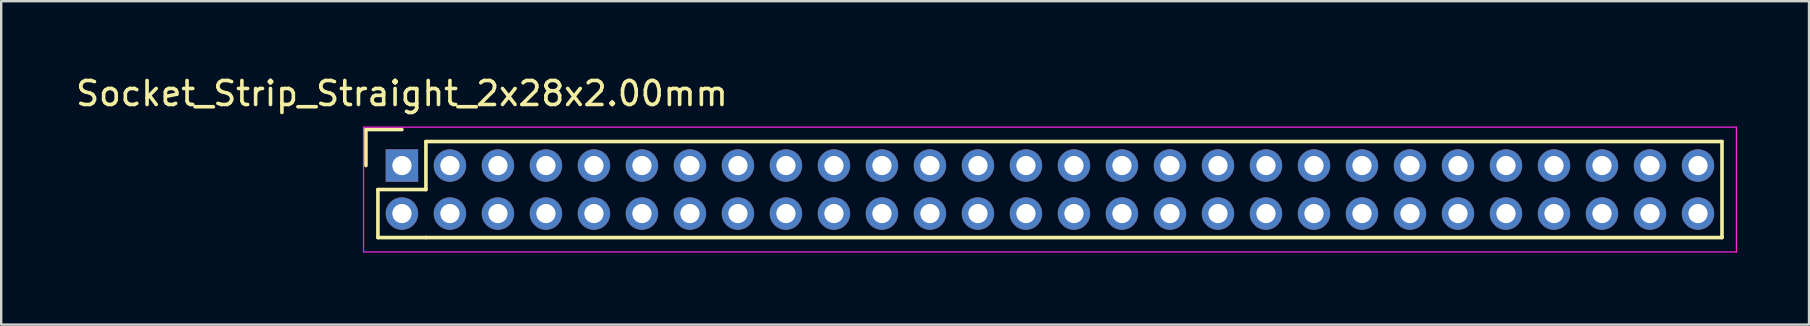
<source format=kicad_pcb>
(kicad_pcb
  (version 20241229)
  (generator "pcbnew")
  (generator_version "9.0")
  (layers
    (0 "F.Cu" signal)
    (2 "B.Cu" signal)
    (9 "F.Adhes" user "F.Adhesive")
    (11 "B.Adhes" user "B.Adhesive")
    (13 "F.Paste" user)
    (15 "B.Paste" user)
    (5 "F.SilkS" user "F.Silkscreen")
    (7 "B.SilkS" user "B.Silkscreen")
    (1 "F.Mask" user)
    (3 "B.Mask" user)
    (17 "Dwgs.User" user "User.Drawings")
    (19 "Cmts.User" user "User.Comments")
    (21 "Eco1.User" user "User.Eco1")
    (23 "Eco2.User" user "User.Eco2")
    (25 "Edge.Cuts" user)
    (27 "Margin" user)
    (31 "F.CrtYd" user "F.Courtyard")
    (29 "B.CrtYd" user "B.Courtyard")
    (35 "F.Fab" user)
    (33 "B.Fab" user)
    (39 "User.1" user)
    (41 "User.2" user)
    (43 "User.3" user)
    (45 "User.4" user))
  (footprint "Socket_Strip_Straight_2x28x2.00mm"
    (layer "F.Cu")
    (at 13.696 3.848)
    (property "Reference" "Socket_Strip_Straight_2x28x2.00mm" (at 0 -3 0) (layer "F.SilkS") (effects (font (size 1 1) (thickness 0.15))))
    (attr through_hole)
    (fp_line (start -1.5 -1.5) (end -1.5 0) (stroke (width 0.15) (type solid)) (layer "F.SilkS"))
    (fp_line (start -1 1) (end -1 3) (stroke (width 0.15) (type solid)) (layer "F.SilkS"))
    (fp_line (start -1 3) (end 1 3) (stroke (width 0.15) (type solid)) (layer "F.SilkS"))
    (fp_line (start 0 -1.5) (end -1.5 -1.5) (stroke (width 0.15) (type solid)) (layer "F.SilkS"))
    (fp_line (start 1 -1) (end 1 1) (stroke (width 0.15) (type solid)) (layer "F.SilkS"))
    (fp_line (start 1 1) (end -1 1) (stroke (width 0.15) (type solid)) (layer "F.SilkS"))
    (fp_line (start 1 3) (end 55 3) (stroke (width 0.15) (type solid)) (layer "F.SilkS"))
    (fp_line (start 55 -1) (end 1 -1) (stroke (width 0.15) (type solid)) (layer "F.SilkS"))
    (fp_line (start 55 3) (end 55 -1) (stroke (width 0.15) (type solid)) (layer "F.SilkS"))
    (fp_line (start -1.6 -1.6) (end -1.6 3.6) (stroke (width 0.05) (type solid)) (layer "F.CrtYd"))
    (fp_line (start -1.6 3.6) (end 55.6 3.6) (stroke (width 0.05) (type solid)) (layer "F.CrtYd"))
    (fp_line (start 55.6 -1.6) (end -1.6 -1.6) (stroke (width 0.05) (type solid)) (layer "F.CrtYd"))
    (fp_line (start 55.6 3.6) (end 55.6 -1.6) (stroke (width 0.05) (type solid)) (layer "F.CrtYd"))
    (pad "1" thru_hole rect (at 0 0) (size 1.35 1.35) (drill 0.8) (layers "*.Cu" "*.Mask"))
    (pad "2" thru_hole circle (at 0 2) (size 1.35 1.35) (drill 0.8) (layers "*.Cu" "*.Mask"))
    (pad "3" thru_hole circle (at 2 0) (size 1.35 1.35) (drill 0.8) (layers "*.Cu" "*.Mask"))
    (pad "4" thru_hole circle (at 2 2) (size 1.35 1.35) (drill 0.8) (layers "*.Cu" "*.Mask"))
    (pad "5" thru_hole circle (at 4 0) (size 1.35 1.35) (drill 0.8) (layers "*.Cu" "*.Mask"))
    (pad "6" thru_hole circle (at 4 2) (size 1.35 1.35) (drill 0.8) (layers "*.Cu" "*.Mask"))
    (pad "7" thru_hole circle (at 6 0) (size 1.35 1.35) (drill 0.8) (layers "*.Cu" "*.Mask"))
    (pad "8" thru_hole circle (at 6 2) (size 1.35 1.35) (drill 0.8) (layers "*.Cu" "*.Mask"))
    (pad "9" thru_hole circle (at 8 0) (size 1.35 1.35) (drill 0.8) (layers "*.Cu" "*.Mask"))
    (pad "10" thru_hole circle (at 8 2) (size 1.35 1.35) (drill 0.8) (layers "*.Cu" "*.Mask"))
    (pad "11" thru_hole circle (at 10 0) (size 1.35 1.35) (drill 0.8) (layers "*.Cu" "*.Mask"))
    (pad "12" thru_hole circle (at 10 2) (size 1.35 1.35) (drill 0.8) (layers "*.Cu" "*.Mask"))
    (pad "13" thru_hole circle (at 12 0) (size 1.35 1.35) (drill 0.8) (layers "*.Cu" "*.Mask"))
    (pad "14" thru_hole circle (at 12 2) (size 1.35 1.35) (drill 0.8) (layers "*.Cu" "*.Mask"))
    (pad "15" thru_hole circle (at 14 0) (size 1.35 1.35) (drill 0.8) (layers "*.Cu" "*.Mask"))
    (pad "16" thru_hole circle (at 14 2) (size 1.35 1.35) (drill 0.8) (layers "*.Cu" "*.Mask"))
    (pad "17" thru_hole circle (at 16 0) (size 1.35 1.35) (drill 0.8) (layers "*.Cu" "*.Mask"))
    (pad "18" thru_hole circle (at 16 2) (size 1.35 1.35) (drill 0.8) (layers "*.Cu" "*.Mask"))
    (pad "19" thru_hole circle (at 18 0) (size 1.35 1.35) (drill 0.8) (layers "*.Cu" "*.Mask"))
    (pad "20" thru_hole circle (at 18 2) (size 1.35 1.35) (drill 0.8) (layers "*.Cu" "*.Mask"))
    (pad "21" thru_hole circle (at 20 0) (size 1.35 1.35) (drill 0.8) (layers "*.Cu" "*.Mask"))
    (pad "22" thru_hole circle (at 20 2) (size 1.35 1.35) (drill 0.8) (layers "*.Cu" "*.Mask"))
    (pad "23" thru_hole circle (at 22 0) (size 1.35 1.35) (drill 0.8) (layers "*.Cu" "*.Mask"))
    (pad "24" thru_hole circle (at 22 2) (size 1.35 1.35) (drill 0.8) (layers "*.Cu" "*.Mask"))
    (pad "25" thru_hole circle (at 24 0) (size 1.35 1.35) (drill 0.8) (layers "*.Cu" "*.Mask"))
    (pad "26" thru_hole circle (at 24 2) (size 1.35 1.35) (drill 0.8) (layers "*.Cu" "*.Mask"))
    (pad "27" thru_hole circle (at 26 0) (size 1.35 1.35) (drill 0.8) (layers "*.Cu" "*.Mask"))
    (pad "28" thru_hole circle (at 26 2) (size 1.35 1.35) (drill 0.8) (layers "*.Cu" "*.Mask"))
    (pad "29" thru_hole circle (at 28 0) (size 1.35 1.35) (drill 0.8) (layers "*.Cu" "*.Mask"))
    (pad "30" thru_hole circle (at 28 2) (size 1.35 1.35) (drill 0.8) (layers "*.Cu" "*.Mask"))
    (pad "31" thru_hole circle (at 30 0) (size 1.35 1.35) (drill 0.8) (layers "*.Cu" "*.Mask"))
    (pad "32" thru_hole circle (at 30 2) (size 1.35 1.35) (drill 0.8) (layers "*.Cu" "*.Mask"))
    (pad "33" thru_hole circle (at 32 0) (size 1.35 1.35) (drill 0.8) (layers "*.Cu" "*.Mask"))
    (pad "34" thru_hole circle (at 32 2) (size 1.35 1.35) (drill 0.8) (layers "*.Cu" "*.Mask"))
    (pad "35" thru_hole circle (at 34 0) (size 1.35 1.35) (drill 0.8) (layers "*.Cu" "*.Mask"))
    (pad "36" thru_hole circle (at 34 2) (size 1.35 1.35) (drill 0.8) (layers "*.Cu" "*.Mask"))
    (pad "37" thru_hole circle (at 36 0) (size 1.35 1.35) (drill 0.8) (layers "*.Cu" "*.Mask"))
    (pad "38" thru_hole circle (at 36 2) (size 1.35 1.35) (drill 0.8) (layers "*.Cu" "*.Mask"))
    (pad "39" thru_hole circle (at 38 0) (size 1.35 1.35) (drill 0.8) (layers "*.Cu" "*.Mask"))
    (pad "40" thru_hole circle (at 38 2) (size 1.35 1.35) (drill 0.8) (layers "*.Cu" "*.Mask"))
    (pad "41" thru_hole circle (at 40 0) (size 1.35 1.35) (drill 0.8) (layers "*.Cu" "*.Mask"))
    (pad "42" thru_hole circle (at 40 2) (size 1.35 1.35) (drill 0.8) (layers "*.Cu" "*.Mask"))
    (pad "43" thru_hole circle (at 42 0) (size 1.35 1.35) (drill 0.8) (layers "*.Cu" "*.Mask"))
    (pad "44" thru_hole circle (at 42 2) (size 1.35 1.35) (drill 0.8) (layers "*.Cu" "*.Mask"))
    (pad "45" thru_hole circle (at 44 0) (size 1.35 1.35) (drill 0.8) (layers "*.Cu" "*.Mask"))
    (pad "46" thru_hole circle (at 44 2) (size 1.35 1.35) (drill 0.8) (layers "*.Cu" "*.Mask"))
    (pad "47" thru_hole circle (at 46 0) (size 1.35 1.35) (drill 0.8) (layers "*.Cu" "*.Mask"))
    (pad "48" thru_hole circle (at 46 2) (size 1.35 1.35) (drill 0.8) (layers "*.Cu" "*.Mask"))
    (pad "49" thru_hole circle (at 48 0) (size 1.35 1.35) (drill 0.8) (layers "*.Cu" "*.Mask"))
    (pad "50" thru_hole circle (at 48 2) (size 1.35 1.35) (drill 0.8) (layers "*.Cu" "*.Mask"))
    (pad "51" thru_hole circle (at 50 0) (size 1.35 1.35) (drill 0.8) (layers "*.Cu" "*.Mask"))
    (pad "52" thru_hole circle (at 50 2) (size 1.35 1.35) (drill 0.8) (layers "*.Cu" "*.Mask"))
    (pad "53" thru_hole circle (at 52 0) (size 1.35 1.35) (drill 0.8) (layers "*.Cu" "*.Mask"))
    (pad "54" thru_hole circle (at 52 2) (size 1.35 1.35) (drill 0.8) (layers "*.Cu" "*.Mask"))
    (pad "55" thru_hole circle (at 54 0) (size 1.35 1.35) (drill 0.8) (layers "*.Cu" "*.Mask"))
    (pad "56" thru_hole circle (at 54 2) (size 1.35 1.35) (drill 0.8) (layers "*.Cu" "*.Mask")))
  (gr_rect
    (start -3 -3)
    (end 72.321 10.473)
    (stroke (width 0.1) (type default))
    (fill no)
    (layer "Edge.Cuts")))
</source>
